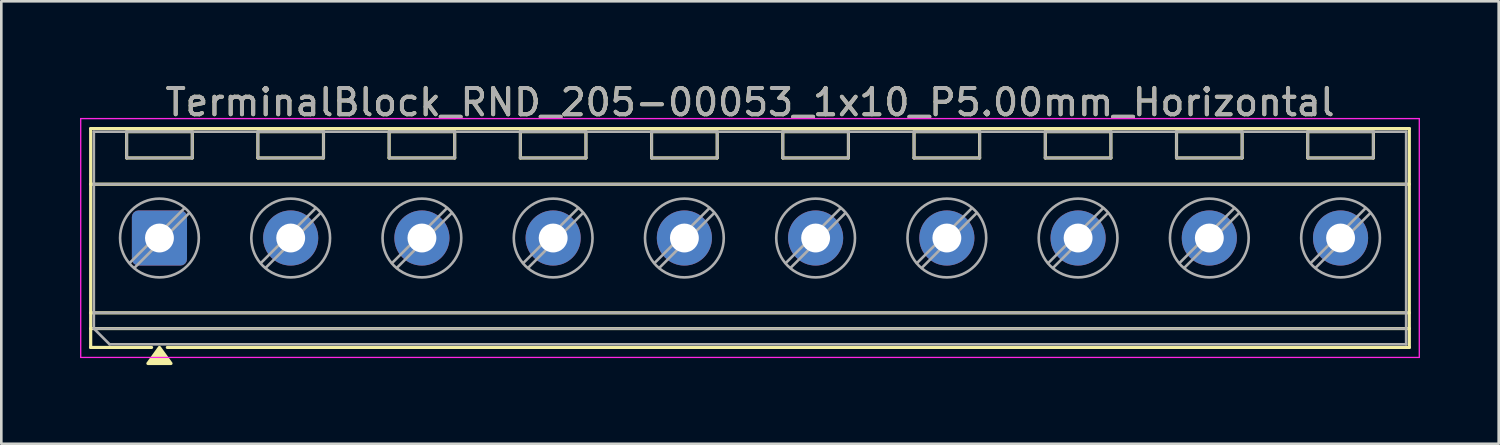
<source format=kicad_pcb>
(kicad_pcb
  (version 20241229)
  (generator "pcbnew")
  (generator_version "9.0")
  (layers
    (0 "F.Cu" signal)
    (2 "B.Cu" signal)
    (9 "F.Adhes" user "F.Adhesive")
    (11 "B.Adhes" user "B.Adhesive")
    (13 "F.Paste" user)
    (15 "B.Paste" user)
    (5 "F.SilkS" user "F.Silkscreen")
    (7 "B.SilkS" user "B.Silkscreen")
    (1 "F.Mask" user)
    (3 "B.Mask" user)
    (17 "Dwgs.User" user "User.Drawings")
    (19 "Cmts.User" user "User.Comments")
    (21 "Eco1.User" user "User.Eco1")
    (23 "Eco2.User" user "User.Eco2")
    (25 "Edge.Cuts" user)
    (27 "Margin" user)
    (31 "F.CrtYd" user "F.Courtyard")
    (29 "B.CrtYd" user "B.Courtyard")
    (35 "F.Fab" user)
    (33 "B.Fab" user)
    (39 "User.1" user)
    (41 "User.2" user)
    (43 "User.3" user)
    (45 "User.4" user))
  (footprint "TerminalBlock_RND_205-00053_1x10_P5.00mm_Horizontal"
    (layer "F.Cu")
    (at 3.025 6.018)
    (property "Reference" "TerminalBlock_RND_205-00053_1x10_P5.00mm_Horizontal" (at 22.5 -5.17 0) (layer "F.SilkS") (effects (font (size 1 1) (thickness 0.15))))
    (attr through_hole)
    (fp_line (start -2.62 -4.17) (end -2.62 4.17) (stroke (width 0.12) (type solid)) (layer "F.SilkS"))
    (fp_line (start -2.62 -4.17) (end 47.62 -4.17) (stroke (width 0.12) (type solid)) (layer "F.SilkS"))
    (fp_line (start -2.62 -2.05) (end 47.62 -2.05) (stroke (width 0.12) (type solid)) (layer "F.SilkS"))
    (fp_line (start -2.62 2.85) (end 47.62 2.85) (stroke (width 0.12) (type solid)) (layer "F.SilkS"))
    (fp_line (start -2.62 3.45) (end 47.62 3.45) (stroke (width 0.12) (type solid)) (layer "F.SilkS"))
    (fp_line (start -2.62 4.17) (end -0.3 4.17) (stroke (width 0.12) (type solid)) (layer "F.SilkS"))
    (fp_line (start -1.25 -4.05) (end -1.25 -3.05) (stroke (width 0.12) (type solid)) (layer "F.SilkS"))
    (fp_line (start -1.25 -4.05) (end 1.25 -4.05) (stroke (width 0.12) (type solid)) (layer "F.SilkS"))
    (fp_line (start -1.25 -3.05) (end 1.25 -3.05) (stroke (width 0.12) (type solid)) (layer "F.SilkS"))
    (fp_line (start 0.3 4.17) (end 47.62 4.17) (stroke (width 0.12) (type solid)) (layer "F.SilkS"))
    (fp_line (start 1.25 -4.05) (end 1.25 -3.05) (stroke (width 0.12) (type solid)) (layer "F.SilkS"))
    (fp_line (start 3.75 -4.05) (end 3.75 -3.05) (stroke (width 0.12) (type solid)) (layer "F.SilkS"))
    (fp_line (start 3.75 -4.05) (end 6.25 -4.05) (stroke (width 0.12) (type solid)) (layer "F.SilkS"))
    (fp_line (start 3.75 -3.05) (end 6.25 -3.05) (stroke (width 0.12) (type solid)) (layer "F.SilkS"))
    (fp_line (start 6.25 -4.05) (end 6.25 -3.05) (stroke (width 0.12) (type solid)) (layer "F.SilkS"))
    (fp_line (start 8.75 -4.05) (end 8.75 -3.05) (stroke (width 0.12) (type solid)) (layer "F.SilkS"))
    (fp_line (start 8.75 -4.05) (end 11.25 -4.05) (stroke (width 0.12) (type solid)) (layer "F.SilkS"))
    (fp_line (start 8.75 -3.05) (end 11.25 -3.05) (stroke (width 0.12) (type solid)) (layer "F.SilkS"))
    (fp_line (start 11.25 -4.05) (end 11.25 -3.05) (stroke (width 0.12) (type solid)) (layer "F.SilkS"))
    (fp_line (start 13.75 -4.05) (end 13.75 -3.05) (stroke (width 0.12) (type solid)) (layer "F.SilkS"))
    (fp_line (start 13.75 -4.05) (end 16.25 -4.05) (stroke (width 0.12) (type solid)) (layer "F.SilkS"))
    (fp_line (start 13.75 -3.05) (end 16.25 -3.05) (stroke (width 0.12) (type solid)) (layer "F.SilkS"))
    (fp_line (start 16.25 -4.05) (end 16.25 -3.05) (stroke (width 0.12) (type solid)) (layer "F.SilkS"))
    (fp_line (start 18.75 -4.05) (end 18.75 -3.05) (stroke (width 0.12) (type solid)) (layer "F.SilkS"))
    (fp_line (start 18.75 -4.05) (end 21.25 -4.05) (stroke (width 0.12) (type solid)) (layer "F.SilkS"))
    (fp_line (start 18.75 -3.05) (end 21.25 -3.05) (stroke (width 0.12) (type solid)) (layer "F.SilkS"))
    (fp_line (start 21.25 -4.05) (end 21.25 -3.05) (stroke (width 0.12) (type solid)) (layer "F.SilkS"))
    (fp_line (start 23.75 -4.05) (end 23.75 -3.05) (stroke (width 0.12) (type solid)) (layer "F.SilkS"))
    (fp_line (start 23.75 -4.05) (end 26.25 -4.05) (stroke (width 0.12) (type solid)) (layer "F.SilkS"))
    (fp_line (start 23.75 -3.05) (end 26.25 -3.05) (stroke (width 0.12) (type solid)) (layer "F.SilkS"))
    (fp_line (start 26.25 -4.05) (end 26.25 -3.05) (stroke (width 0.12) (type solid)) (layer "F.SilkS"))
    (fp_line (start 28.75 -4.05) (end 28.75 -3.05) (stroke (width 0.12) (type solid)) (layer "F.SilkS"))
    (fp_line (start 28.75 -4.05) (end 31.25 -4.05) (stroke (width 0.12) (type solid)) (layer "F.SilkS"))
    (fp_line (start 28.75 -3.05) (end 31.25 -3.05) (stroke (width 0.12) (type solid)) (layer "F.SilkS"))
    (fp_line (start 31.25 -4.05) (end 31.25 -3.05) (stroke (width 0.12) (type solid)) (layer "F.SilkS"))
    (fp_line (start 33.75 -4.05) (end 33.75 -3.05) (stroke (width 0.12) (type solid)) (layer "F.SilkS"))
    (fp_line (start 33.75 -4.05) (end 36.25 -4.05) (stroke (width 0.12) (type solid)) (layer "F.SilkS"))
    (fp_line (start 33.75 -3.05) (end 36.25 -3.05) (stroke (width 0.12) (type solid)) (layer "F.SilkS"))
    (fp_line (start 36.25 -4.05) (end 36.25 -3.05) (stroke (width 0.12) (type solid)) (layer "F.SilkS"))
    (fp_line (start 38.75 -4.05) (end 38.75 -3.05) (stroke (width 0.12) (type solid)) (layer "F.SilkS"))
    (fp_line (start 38.75 -4.05) (end 41.25 -4.05) (stroke (width 0.12) (type solid)) (layer "F.SilkS"))
    (fp_line (start 38.75 -3.05) (end 41.25 -3.05) (stroke (width 0.12) (type solid)) (layer "F.SilkS"))
    (fp_line (start 41.25 -4.05) (end 41.25 -3.05) (stroke (width 0.12) (type solid)) (layer "F.SilkS"))
    (fp_line (start 43.75 -4.05) (end 43.75 -3.05) (stroke (width 0.12) (type solid)) (layer "F.SilkS"))
    (fp_line (start 43.75 -4.05) (end 46.25 -4.05) (stroke (width 0.12) (type solid)) (layer "F.SilkS"))
    (fp_line (start 43.75 -3.05) (end 46.25 -3.05) (stroke (width 0.12) (type solid)) (layer "F.SilkS"))
    (fp_line (start 46.25 -4.05) (end 46.25 -3.05) (stroke (width 0.12) (type solid)) (layer "F.SilkS"))
    (fp_line (start 47.62 -4.17) (end 47.62 4.17) (stroke (width 0.12) (type solid)) (layer "F.SilkS"))
    (fp_poly (pts (xy 0 4.17) (xy 0.44 4.78) (xy -0.44 4.78)) (stroke (width 0.12) (type solid)) (fill yes) (layer "F.SilkS"))
    (fp_line (start -3 -4.55) (end -3 4.55) (stroke (width 0.05) (type solid)) (layer "F.CrtYd"))
    (fp_line (start -3 4.55) (end 48 4.55) (stroke (width 0.05) (type solid)) (layer "F.CrtYd"))
    (fp_line (start 48 -4.55) (end -3 -4.55) (stroke (width 0.05) (type solid)) (layer "F.CrtYd"))
    (fp_line (start 48 4.55) (end 48 -4.55) (stroke (width 0.05) (type solid)) (layer "F.CrtYd"))
    (fp_line (start -2.5 -4.05) (end 47.5 -4.05) (stroke (width 0.1) (type solid)) (layer "F.Fab"))
    (fp_line (start -2.5 -2.05) (end 47.5 -2.05) (stroke (width 0.1) (type solid)) (layer "F.Fab"))
    (fp_line (start -2.5 2.85) (end 47.5 2.85) (stroke (width 0.1) (type solid)) (layer "F.Fab"))
    (fp_line (start -2.5 3.45) (end -2.5 -4.05) (stroke (width 0.1) (type solid)) (layer "F.Fab"))
    (fp_line (start -2.5 3.45) (end 47.5 3.45) (stroke (width 0.1) (type solid)) (layer "F.Fab"))
    (fp_line (start -1.9 4.05) (end -2.5 3.45) (stroke (width 0.1) (type solid)) (layer "F.Fab"))
    (fp_line (start -1.25 -4.05) (end -1.25 -3.05) (stroke (width 0.1) (type solid)) (layer "F.Fab"))
    (fp_line (start -1.25 -3.05) (end 1.25 -3.05) (stroke (width 0.1) (type solid)) (layer "F.Fab"))
    (fp_line (start 0.955 -1.138) (end -1.138 0.955) (stroke (width 0.1) (type solid)) (layer "F.Fab"))
    (fp_line (start 1.138 -0.955) (end -0.955 1.138) (stroke (width 0.1) (type solid)) (layer "F.Fab"))
    (fp_line (start 1.25 -4.05) (end -1.25 -4.05) (stroke (width 0.1) (type solid)) (layer "F.Fab"))
    (fp_line (start 1.25 -3.05) (end 1.25 -4.05) (stroke (width 0.1) (type solid)) (layer "F.Fab"))
    (fp_line (start 3.75 -4.05) (end 3.75 -3.05) (stroke (width 0.1) (type solid)) (layer "F.Fab"))
    (fp_line (start 3.75 -3.05) (end 6.25 -3.05) (stroke (width 0.1) (type solid)) (layer "F.Fab"))
    (fp_line (start 5.955 -1.138) (end 3.862 0.955) (stroke (width 0.1) (type solid)) (layer "F.Fab"))
    (fp_line (start 6.138 -0.955) (end 4.045 1.138) (stroke (width 0.1) (type solid)) (layer "F.Fab"))
    (fp_line (start 6.25 -4.05) (end 3.75 -4.05) (stroke (width 0.1) (type solid)) (layer "F.Fab"))
    (fp_line (start 6.25 -3.05) (end 6.25 -4.05) (stroke (width 0.1) (type solid)) (layer "F.Fab"))
    (fp_line (start 8.75 -4.05) (end 8.75 -3.05) (stroke (width 0.1) (type solid)) (layer "F.Fab"))
    (fp_line (start 8.75 -3.05) (end 11.25 -3.05) (stroke (width 0.1) (type solid)) (layer "F.Fab"))
    (fp_line (start 10.955 -1.138) (end 8.862 0.955) (stroke (width 0.1) (type solid)) (layer "F.Fab"))
    (fp_line (start 11.138 -0.955) (end 9.045 1.138) (stroke (width 0.1) (type solid)) (layer "F.Fab"))
    (fp_line (start 11.25 -4.05) (end 8.75 -4.05) (stroke (width 0.1) (type solid)) (layer "F.Fab"))
    (fp_line (start 11.25 -3.05) (end 11.25 -4.05) (stroke (width 0.1) (type solid)) (layer "F.Fab"))
    (fp_line (start 13.75 -4.05) (end 13.75 -3.05) (stroke (width 0.1) (type solid)) (layer "F.Fab"))
    (fp_line (start 13.75 -3.05) (end 16.25 -3.05) (stroke (width 0.1) (type solid)) (layer "F.Fab"))
    (fp_line (start 15.955 -1.138) (end 13.862 0.955) (stroke (width 0.1) (type solid)) (layer "F.Fab"))
    (fp_line (start 16.138 -0.955) (end 14.045 1.138) (stroke (width 0.1) (type solid)) (layer "F.Fab"))
    (fp_line (start 16.25 -4.05) (end 13.75 -4.05) (stroke (width 0.1) (type solid)) (layer "F.Fab"))
    (fp_line (start 16.25 -3.05) (end 16.25 -4.05) (stroke (width 0.1) (type solid)) (layer "F.Fab"))
    (fp_line (start 18.75 -4.05) (end 18.75 -3.05) (stroke (width 0.1) (type solid)) (layer "F.Fab"))
    (fp_line (start 18.75 -3.05) (end 21.25 -3.05) (stroke (width 0.1) (type solid)) (layer "F.Fab"))
    (fp_line (start 20.955 -1.138) (end 18.862 0.955) (stroke (width 0.1) (type solid)) (layer "F.Fab"))
    (fp_line (start 21.138 -0.955) (end 19.045 1.138) (stroke (width 0.1) (type solid)) (layer "F.Fab"))
    (fp_line (start 21.25 -4.05) (end 18.75 -4.05) (stroke (width 0.1) (type solid)) (layer "F.Fab"))
    (fp_line (start 21.25 -3.05) (end 21.25 -4.05) (stroke (width 0.1) (type solid)) (layer "F.Fab"))
    (fp_line (start 23.75 -4.05) (end 23.75 -3.05) (stroke (width 0.1) (type solid)) (layer "F.Fab"))
    (fp_line (start 23.75 -3.05) (end 26.25 -3.05) (stroke (width 0.1) (type solid)) (layer "F.Fab"))
    (fp_line (start 25.955 -1.138) (end 23.862 0.955) (stroke (width 0.1) (type solid)) (layer "F.Fab"))
    (fp_line (start 26.138 -0.955) (end 24.045 1.138) (stroke (width 0.1) (type solid)) (layer "F.Fab"))
    (fp_line (start 26.25 -4.05) (end 23.75 -4.05) (stroke (width 0.1) (type solid)) (layer "F.Fab"))
    (fp_line (start 26.25 -3.05) (end 26.25 -4.05) (stroke (width 0.1) (type solid)) (layer "F.Fab"))
    (fp_line (start 28.75 -4.05) (end 28.75 -3.05) (stroke (width 0.1) (type solid)) (layer "F.Fab"))
    (fp_line (start 28.75 -3.05) (end 31.25 -3.05) (stroke (width 0.1) (type solid)) (layer "F.Fab"))
    (fp_line (start 30.955 -1.138) (end 28.862 0.955) (stroke (width 0.1) (type solid)) (layer "F.Fab"))
    (fp_line (start 31.138 -0.955) (end 29.045 1.138) (stroke (width 0.1) (type solid)) (layer "F.Fab"))
    (fp_line (start 31.25 -4.05) (end 28.75 -4.05) (stroke (width 0.1) (type solid)) (layer "F.Fab"))
    (fp_line (start 31.25 -3.05) (end 31.25 -4.05) (stroke (width 0.1) (type solid)) (layer "F.Fab"))
    (fp_line (start 33.75 -4.05) (end 33.75 -3.05) (stroke (width 0.1) (type solid)) (layer "F.Fab"))
    (fp_line (start 33.75 -3.05) (end 36.25 -3.05) (stroke (width 0.1) (type solid)) (layer "F.Fab"))
    (fp_line (start 35.955 -1.138) (end 33.862 0.955) (stroke (width 0.1) (type solid)) (layer "F.Fab"))
    (fp_line (start 36.138 -0.955) (end 34.045 1.138) (stroke (width 0.1) (type solid)) (layer "F.Fab"))
    (fp_line (start 36.25 -4.05) (end 33.75 -4.05) (stroke (width 0.1) (type solid)) (layer "F.Fab"))
    (fp_line (start 36.25 -3.05) (end 36.25 -4.05) (stroke (width 0.1) (type solid)) (layer "F.Fab"))
    (fp_line (start 38.75 -4.05) (end 38.75 -3.05) (stroke (width 0.1) (type solid)) (layer "F.Fab"))
    (fp_line (start 38.75 -3.05) (end 41.25 -3.05) (stroke (width 0.1) (type solid)) (layer "F.Fab"))
    (fp_line (start 40.955 -1.138) (end 38.862 0.955) (stroke (width 0.1) (type solid)) (layer "F.Fab"))
    (fp_line (start 41.138 -0.955) (end 39.045 1.138) (stroke (width 0.1) (type solid)) (layer "F.Fab"))
    (fp_line (start 41.25 -4.05) (end 38.75 -4.05) (stroke (width 0.1) (type solid)) (layer "F.Fab"))
    (fp_line (start 41.25 -3.05) (end 41.25 -4.05) (stroke (width 0.1) (type solid)) (layer "F.Fab"))
    (fp_line (start 43.75 -4.05) (end 43.75 -3.05) (stroke (width 0.1) (type solid)) (layer "F.Fab"))
    (fp_line (start 43.75 -3.05) (end 46.25 -3.05) (stroke (width 0.1) (type solid)) (layer "F.Fab"))
    (fp_line (start 45.955 -1.138) (end 43.862 0.955) (stroke (width 0.1) (type solid)) (layer "F.Fab"))
    (fp_line (start 46.138 -0.955) (end 44.045 1.138) (stroke (width 0.1) (type solid)) (layer "F.Fab"))
    (fp_line (start 46.25 -4.05) (end 43.75 -4.05) (stroke (width 0.1) (type solid)) (layer "F.Fab"))
    (fp_line (start 46.25 -3.05) (end 46.25 -4.05) (stroke (width 0.1) (type solid)) (layer "F.Fab"))
    (fp_line (start 47.5 -4.05) (end 47.5 4.05) (stroke (width 0.1) (type solid)) (layer "F.Fab"))
    (fp_line (start 47.5 4.05) (end -1.9 4.05) (stroke (width 0.1) (type solid)) (layer "F.Fab"))
    (fp_circle (center 0 0) (end 1.5 0) (stroke (width 0.1) (type solid)) (fill no) (layer "F.Fab"))
    (fp_circle (center 5 0) (end 6.5 0) (stroke (width 0.1) (type solid)) (fill no) (layer "F.Fab"))
    (fp_circle (center 10 0) (end 11.5 0) (stroke (width 0.1) (type solid)) (fill no) (layer "F.Fab"))
    (fp_circle (center 15 0) (end 16.5 0) (stroke (width 0.1) (type solid)) (fill no) (layer "F.Fab"))
    (fp_circle (center 20 0) (end 21.5 0) (stroke (width 0.1) (type solid)) (fill no) (layer "F.Fab"))
    (fp_circle (center 25 0) (end 26.5 0) (stroke (width 0.1) (type solid)) (fill no) (layer "F.Fab"))
    (fp_circle (center 30 0) (end 31.5 0) (stroke (width 0.1) (type solid)) (fill no) (layer "F.Fab"))
    (fp_circle (center 35 0) (end 36.5 0) (stroke (width 0.1) (type solid)) (fill no) (layer "F.Fab"))
    (fp_circle (center 40 0) (end 41.5 0) (stroke (width 0.1) (type solid)) (fill no) (layer "F.Fab"))
    (fp_circle (center 45 0) (end 46.5 0) (stroke (width 0.1) (type solid)) (fill no) (layer "F.Fab"))
    (fp_text user "${REFERENCE}" (at 22.5 -5.17 0) (layer "F.Fab") (effects (font (size 1 1) (thickness 0.15))))
    (pad "1" thru_hole roundrect (at 0 0) (size 2.1 2.1) (drill 1.1) (layers "*.Cu" "*.Mask") (roundrect_rratio 0.119))
    (pad "2" thru_hole circle (at 5 0) (size 2.1 2.1) (drill 1.1) (layers "*.Cu" "*.Mask"))
    (pad "3" thru_hole circle (at 10 0) (size 2.1 2.1) (drill 1.1) (layers "*.Cu" "*.Mask"))
    (pad "4" thru_hole circle (at 15 0) (size 2.1 2.1) (drill 1.1) (layers "*.Cu" "*.Mask"))
    (pad "5" thru_hole circle (at 20 0) (size 2.1 2.1) (drill 1.1) (layers "*.Cu" "*.Mask"))
    (pad "6" thru_hole circle (at 25 0) (size 2.1 2.1) (drill 1.1) (layers "*.Cu" "*.Mask"))
    (pad "7" thru_hole circle (at 30 0) (size 2.1 2.1) (drill 1.1) (layers "*.Cu" "*.Mask"))
    (pad "8" thru_hole circle (at 35 0) (size 2.1 2.1) (drill 1.1) (layers "*.Cu" "*.Mask"))
    (pad "9" thru_hole circle (at 40 0) (size 2.1 2.1) (drill 1.1) (layers "*.Cu" "*.Mask"))
    (pad "10" thru_hole circle (at 45 0) (size 2.1 2.1) (drill 1.1) (layers "*.Cu" "*.Mask")))
  (gr_rect
    (start -3 -3)
    (end 54.05 13.858)
    (stroke (width 0.1) (type default))
    (fill no)
    (layer "Edge.Cuts")))
</source>
